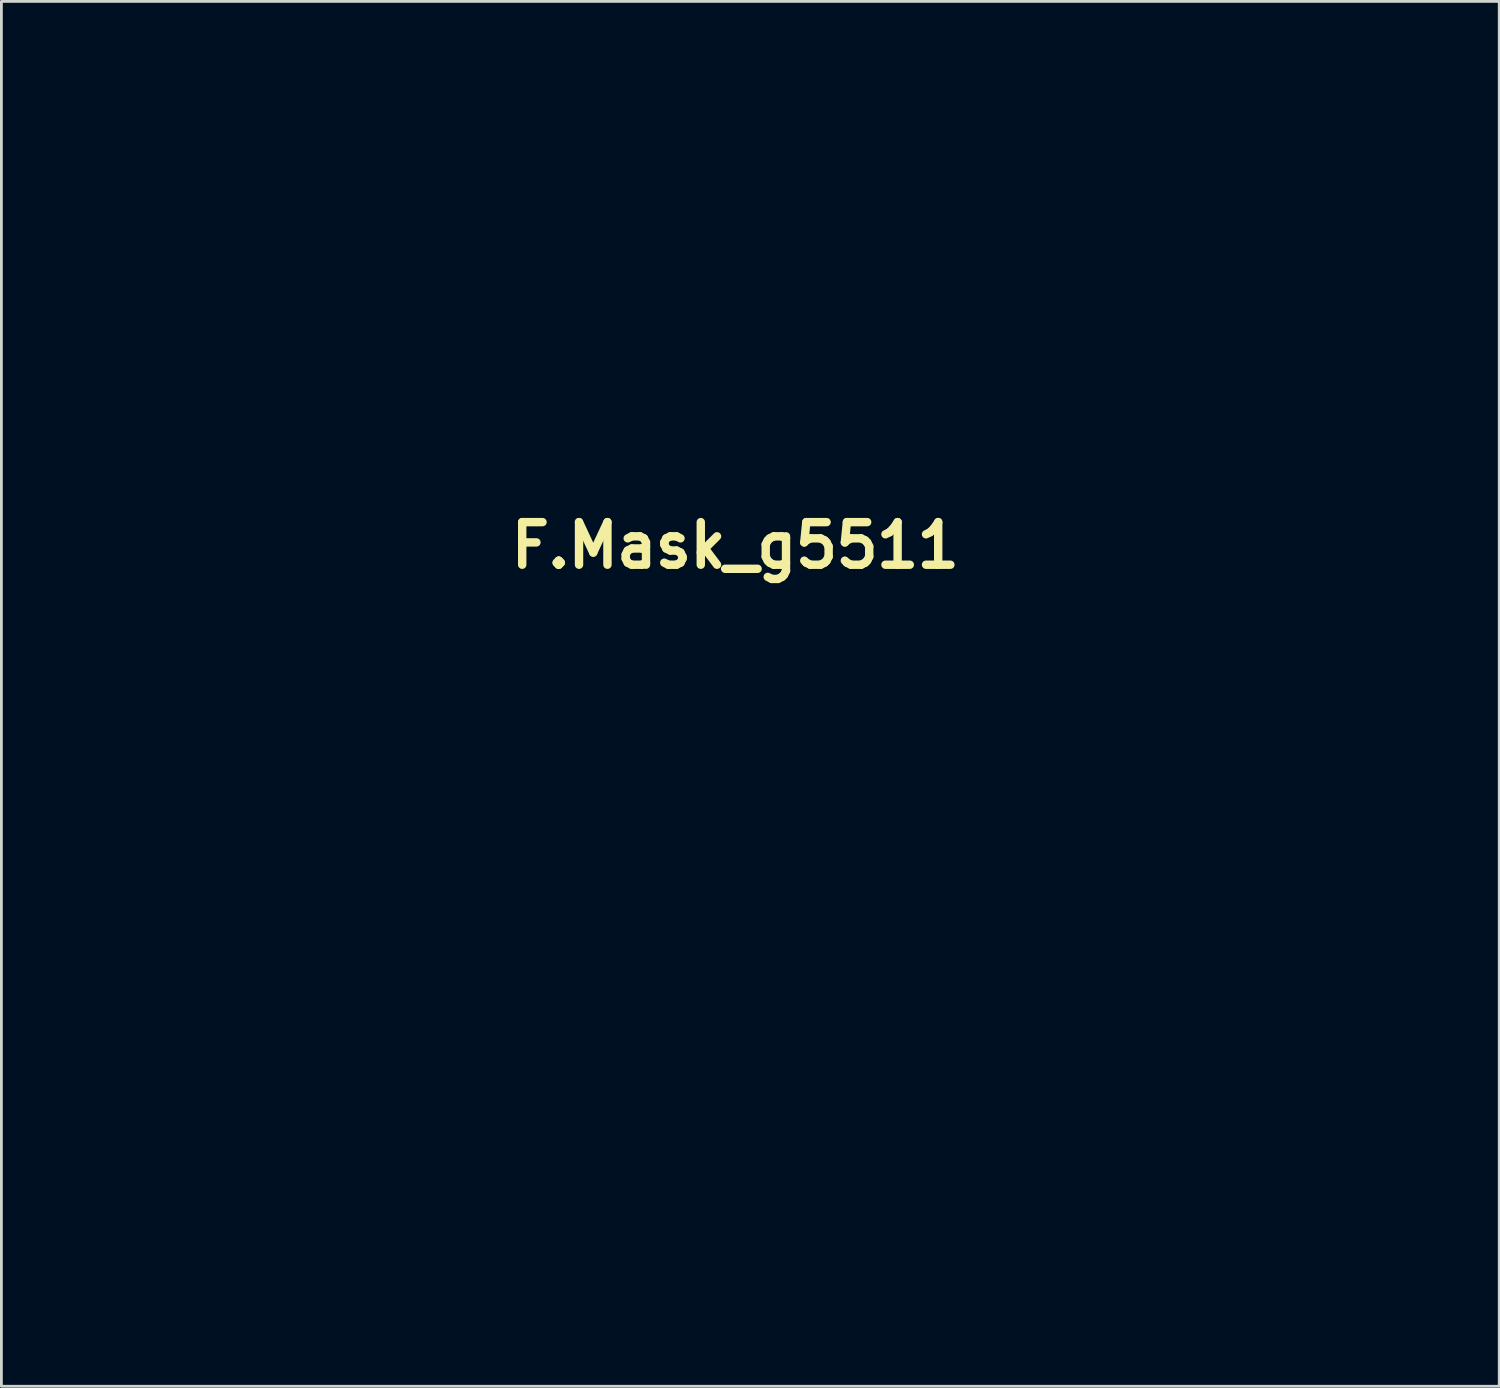
<source format=kicad_pcb>
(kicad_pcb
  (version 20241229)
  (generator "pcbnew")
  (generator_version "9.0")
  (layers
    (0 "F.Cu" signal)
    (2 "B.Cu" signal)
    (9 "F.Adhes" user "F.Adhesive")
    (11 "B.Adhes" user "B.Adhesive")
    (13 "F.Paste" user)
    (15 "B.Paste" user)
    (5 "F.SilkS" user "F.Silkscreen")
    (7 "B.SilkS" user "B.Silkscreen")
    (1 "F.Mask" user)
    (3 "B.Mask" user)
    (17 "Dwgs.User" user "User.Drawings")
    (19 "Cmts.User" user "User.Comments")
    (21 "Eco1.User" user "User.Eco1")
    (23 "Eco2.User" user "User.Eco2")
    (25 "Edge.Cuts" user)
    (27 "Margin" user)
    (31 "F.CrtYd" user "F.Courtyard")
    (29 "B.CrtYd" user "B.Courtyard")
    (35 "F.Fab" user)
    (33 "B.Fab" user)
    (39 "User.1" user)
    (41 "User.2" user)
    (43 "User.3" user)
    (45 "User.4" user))
  (footprint "F.Mask_g5511"
    (layer "F.Cu")
    (at 23.246 16.457)
    (property "Reference" "F.Mask_g5511" (at 0 0 0) (layer "F.SilkS") (effects (font (size 1.524 1.524) (thickness 0.3))))
    (attr through_hole)
    (fp_poly (pts (xy -13.992 13.558) (xy -13.987 13.618) (xy -13.98 13.71) (xy -13.972 13.83) (xy -13.963 13.973) (xy -13.953 14.135) (xy -13.942 14.31) (xy -13.931 14.493) (xy -13.92 14.681) (xy -13.909 14.867) (xy -13.899 15.047) (xy -13.89 15.217) (xy -13.881 15.372) (xy -13.874 15.506) (xy -13.869 15.615) (xy -13.866 15.695) (xy -13.865 15.732) (xy -13.868 15.79) (xy -13.875 15.826) (xy -13.88 15.831) (xy -13.901 15.821) (xy -13.956 15.793) (xy -14.041 15.748) (xy -14.153 15.69) (xy -14.287 15.618) (xy -14.441 15.537) (xy -14.61 15.446) (xy -14.791 15.349) (xy -14.831 15.328) (xy -15.015 15.229) (xy -15.187 15.137) (xy -15.344 15.052) (xy -15.482 14.977) (xy -15.598 14.914) (xy -15.689 14.864) (xy -15.75 14.831) (xy -15.778 14.814) (xy -15.779 14.813) (xy -15.765 14.799) (xy -15.72 14.763) (xy -15.646 14.706) (xy -15.547 14.633) (xy -15.426 14.544) (xy -15.286 14.442) (xy -15.131 14.33) (xy -14.963 14.209) (xy -14.899 14.163) (xy -14.727 14.041) (xy -14.565 13.926) (xy -14.417 13.822) (xy -14.286 13.731) (xy -14.176 13.654) (xy -14.089 13.595) (xy -14.028 13.555) (xy -13.998 13.537) (xy -13.995 13.536) (xy -13.992 13.558)) (stroke (width 0.01) (type solid)) (fill yes) (layer "F.Mask"))
    (fp_poly (pts (xy -17.579 -15.938) (xy -17.395 -15.065) (xy -17.211 -14.192) (xy -16.709 -13.24) (xy -16.207 -12.287) (xy -15.959 -11.546) (xy -15.889 -11.34) (xy -15.811 -11.115) (xy -15.73 -10.881) (xy -15.648 -10.649) (xy -15.57 -10.432) (xy -15.5 -10.24) (xy -15.478 -10.18) (xy -15.245 -9.554) (xy -14.889 -9.02) (xy -14.533 -8.486) (xy -14.498 -8.206) (xy -14.485 -8.103) (xy -14.475 -8.016) (xy -14.469 -7.954) (xy -14.466 -7.923) (xy -14.467 -7.922) (xy -14.488 -7.916) (xy -14.543 -7.903) (xy -14.625 -7.886) (xy -14.726 -7.865) (xy -14.776 -7.854) (xy -14.878 -7.833) (xy -15.001 -7.807) (xy -15.138 -7.776) (xy -15.281 -7.744) (xy -15.424 -7.712) (xy -15.559 -7.681) (xy -15.678 -7.653) (xy -15.774 -7.629) (xy -15.84 -7.613) (xy -15.86 -7.607) (xy -15.884 -7.586) (xy -15.925 -7.536) (xy -15.982 -7.461) (xy -16.048 -7.368) (xy -16.119 -7.264) (xy -16.339 -6.932) (xy -16.27 -6.453) (xy -16.2 -5.973) (xy -15.904 -5.521) (xy -15.807 -5.374) (xy -15.704 -5.215) (xy -15.602 -5.057) (xy -15.508 -4.908) (xy -15.427 -4.78) (xy -15.401 -4.738) (xy -15.196 -4.407) (xy -14.997 -3.788) (xy -14.799 -3.169) (xy -14.614 -2.983) (xy -14.429 -2.797) (xy -13.877 -2.572) (xy -13.733 -2.512) (xy -13.601 -2.457) (xy -13.487 -2.408) (xy -13.395 -2.368) (xy -13.332 -2.338) (xy -13.302 -2.322) (xy -13.301 -2.321) (xy -13.287 -2.295) (xy -13.262 -2.234) (xy -13.228 -2.147) (xy -13.188 -2.039) (xy -13.144 -1.917) (xy -13.137 -1.896) (xy -12.996 -1.496) (xy -13.179 -1.198) (xy -13.377 -0.884) (xy -13.589 -0.558) (xy -13.805 -0.235) (xy -14.014 0.066) (xy -14.02 0.074) (xy -14.164 0.286) (xy -14.283 0.478) (xy -14.381 0.661) (xy -14.463 0.844) (xy -14.536 1.038) (xy -14.552 1.086) (xy -14.628 1.348) (xy -14.698 1.649) (xy -14.761 1.989) (xy -14.818 2.369) (xy -14.869 2.79) (xy -14.914 3.252) (xy -14.945 3.651) (xy -14.959 4.012) (xy -14.95 4.392) (xy -14.921 4.78) (xy -14.872 5.165) (xy -14.805 5.538) (xy -14.721 5.886) (xy -14.677 6.035) (xy -14.65 6.117) (xy -14.622 6.191) (xy -14.59 6.265) (xy -14.549 6.346) (xy -14.498 6.439) (xy -14.431 6.554) (xy -14.345 6.695) (xy -14.327 6.724) (xy -14.25 6.851) (xy -14.18 6.969) (xy -14.12 7.072) (xy -14.074 7.155) (xy -14.044 7.211) (xy -14.035 7.232) (xy -14.025 7.279) (xy -14.015 7.353) (xy -14.005 7.449) (xy -13.996 7.556) (xy -13.988 7.666) (xy -13.982 7.772) (xy -13.979 7.864) (xy -13.978 7.934) (xy -13.981 7.974) (xy -13.983 7.979) (xy -14.006 7.986) (xy -14.067 8.002) (xy -14.164 8.027) (xy -14.294 8.059) (xy -14.455 8.098) (xy -14.643 8.143) (xy -14.856 8.194) (xy -15.091 8.25) (xy -15.346 8.311) (xy -15.617 8.375) (xy -15.902 8.443) (xy -16.175 8.507) (xy -18.347 9.017) (xy -19.384 9.663) (xy -20.244 10.626) (xy -21.105 11.589) (xy -21.829 11.72) (xy -22.001 11.751) (xy -22.161 11.779) (xy -22.305 11.804) (xy -22.427 11.825) (xy -22.522 11.84) (xy -22.585 11.85) (xy -22.608 11.852) (xy -22.632 11.847) (xy -22.664 11.828) (xy -22.708 11.791) (xy -22.767 11.733) (xy -22.846 11.651) (xy -22.948 11.54) (xy -22.952 11.535) (xy -23.057 11.418) (xy -23.135 11.327) (xy -23.19 11.259) (xy -23.223 11.209) (xy -23.239 11.174) (xy -23.241 11.159) (xy -23.241 11.131) (xy -23.239 11.062) (xy -23.236 10.953) (xy -23.232 10.806) (xy -23.228 10.622) (xy -23.222 10.403) (xy -23.215 10.15) (xy -23.207 9.864) (xy -23.198 9.547) (xy -23.189 9.2) (xy -23.178 8.825) (xy -23.167 8.422) (xy -23.155 7.994) (xy -23.143 7.541) (xy -23.129 7.066) (xy -23.116 6.569) (xy -23.101 6.051) (xy -23.086 5.515) (xy -23.071 4.962) (xy -23.055 4.392) (xy -23.039 3.808) (xy -23.022 3.211) (xy -23.005 2.601) (xy -22.988 1.981) (xy -22.97 1.352) (xy -22.952 0.716) (xy -22.934 0.073) (xy -22.916 -0.575) (xy -22.898 -1.227) (xy -22.879 -1.881) (xy -22.861 -2.536) (xy -22.843 -3.19) (xy -22.824 -3.842) (xy -22.806 -4.491) (xy -22.788 -5.135) (xy -22.77 -5.773) (xy -22.752 -6.404) (xy -22.735 -7.025) (xy -22.718 -7.637) (xy -22.701 -8.237) (xy -22.684 -8.823) (xy -22.668 -9.396) (xy -22.652 -9.953) (xy -22.637 -10.492) (xy -22.622 -11.013) (xy -22.608 -11.514) (xy -22.594 -11.994) (xy -22.581 -12.451) (xy -22.569 -12.884) (xy -22.558 -13.291) (xy -22.547 -13.672) (xy -22.537 -14.025) (xy -22.527 -14.348) (xy -22.519 -14.639) (xy -22.511 -14.899) (xy -22.505 -15.125) (xy -22.499 -15.315) (xy -22.495 -15.469) (xy -22.491 -15.586) (xy -22.489 -15.663) (xy -22.488 -15.699) (xy -22.488 -15.7) (xy -22.475 -15.938) (xy -17.579 -15.938)) (stroke (width 0.01) (type solid)) (fill yes) (layer "F.Mask"))
    (fp_poly (pts (xy 2.145 -16.437) (xy 2.272 -16.436) (xy 2.439 -16.434) (xy 2.643 -16.432) (xy 2.883 -16.429) (xy 3.155 -16.426) (xy 3.458 -16.423) (xy 3.789 -16.42) (xy 4.146 -16.416) (xy 4.527 -16.412) (xy 4.928 -16.408) (xy 5.348 -16.404) (xy 5.785 -16.399) (xy 6.235 -16.395) (xy 6.697 -16.39) (xy 7.168 -16.385) (xy 7.646 -16.381) (xy 8.128 -16.376) (xy 8.53 -16.372) (xy 9.017 -16.367) (xy 9.502 -16.362) (xy 9.984 -16.358) (xy 10.459 -16.353) (xy 10.926 -16.348) (xy 11.382 -16.344) (xy 11.824 -16.339) (xy 12.251 -16.335) (xy 12.659 -16.331) (xy 13.046 -16.327) (xy 13.41 -16.323) (xy 13.748 -16.32) (xy 14.057 -16.317) (xy 14.337 -16.314) (xy 14.583 -16.312) (xy 14.793 -16.309) (xy 14.966 -16.308) (xy 15.071 -16.306) (xy 16.372 -16.292) (xy 20.341 -14.556) (xy 20.731 -14.385) (xy 21.11 -14.22) (xy 21.477 -14.059) (xy 21.829 -13.905) (xy 22.166 -13.757) (xy 22.486 -13.617) (xy 22.785 -13.486) (xy 23.064 -13.364) (xy 23.319 -13.252) (xy 23.55 -13.151) (xy 23.754 -13.062) (xy 23.929 -12.985) (xy 24.074 -12.922) (xy 24.186 -12.873) (xy 24.265 -12.838) (xy 24.308 -12.819) (xy 24.315 -12.816) (xy 24.311 -12.795) (xy 24.299 -12.734) (xy 24.279 -12.634) (xy 24.251 -12.496) (xy 24.216 -12.321) (xy 24.174 -12.11) (xy 24.124 -11.864) (xy 24.068 -11.585) (xy 24.005 -11.274) (xy 23.936 -10.931) (xy 23.86 -10.559) (xy 23.779 -10.157) (xy 23.692 -9.728) (xy 23.6 -9.272) (xy 23.503 -8.791) (xy 23.4 -8.285) (xy 23.293 -7.757) (xy 23.182 -7.206) (xy 23.066 -6.635) (xy 22.946 -6.043) (xy 22.823 -5.433) (xy 22.696 -4.806) (xy 22.566 -4.163) (xy 22.432 -3.504) (xy 22.296 -2.831) (xy 22.157 -2.146) (xy 22.016 -1.449) (xy 21.872 -0.741) (xy 21.727 -0.024) (xy 21.58 0.702) (xy 21.432 1.434) (xy 21.282 2.173) (xy 21.131 2.916) (xy 20.98 3.663) (xy 20.828 4.412) (xy 20.676 5.163) (xy 20.524 5.914) (xy 20.372 6.665) (xy 20.22 7.413) (xy 20.069 8.158) (xy 19.919 8.898) (xy 19.77 9.633) (xy 19.622 10.362) (xy 19.476 11.083) (xy 19.332 11.794) (xy 19.189 12.496) (xy 19.049 13.187) (xy 18.912 13.865) (xy 18.777 14.529) (xy 18.645 15.179) (xy 18.517 15.813) (xy 18.391 16.431) (xy 18.27 17.03) (xy 18.152 17.609) (xy 18.039 18.169) (xy 17.93 18.707) (xy 17.825 19.222) (xy 17.725 19.713) (xy 17.631 20.18) (xy 17.541 20.62) (xy 17.457 21.033) (xy 17.379 21.418) (xy 17.307 21.773) (xy 17.241 22.097) (xy 17.182 22.39) (xy 17.129 22.649) (xy 17.083 22.875) (xy 17.044 23.065) (xy 17.013 23.219) (xy 16.989 23.335) (xy 16.973 23.412) (xy 16.965 23.45) (xy 16.964 23.453) (xy 16.944 23.463) (xy 16.885 23.485) (xy 16.79 23.521) (xy 16.66 23.568) (xy 16.498 23.627) (xy 16.304 23.697) (xy 16.081 23.777) (xy 15.83 23.867) (xy 15.554 23.965) (xy 15.253 24.072) (xy 14.931 24.187) (xy 14.587 24.308) (xy 14.225 24.436) (xy 13.847 24.57) (xy 13.453 24.709) (xy 13.045 24.853) (xy 12.626 25) (xy 12.197 25.151) (xy 11.76 25.305) (xy 11.317 25.461) (xy 10.869 25.618) (xy 10.418 25.776) (xy 9.966 25.934) (xy 9.516 26.092) (xy 9.067 26.248) (xy 8.623 26.403) (xy 8.185 26.556) (xy 7.755 26.706) (xy 7.335 26.852) (xy 6.974 26.977) (xy 6.72 27.065) (xy -2.005 22.396) (xy -10.73 17.727) (xy -11.376 16.863) (xy -11.434 15.919) (xy -11.452 15.632) (xy -11.467 15.384) (xy -11.479 15.171) (xy -11.49 14.99) (xy -11.498 14.836) (xy -11.504 14.707) (xy -11.508 14.598) (xy -11.51 14.507) (xy -11.511 14.429) (xy -11.51 14.362) (xy -11.508 14.301) (xy -11.504 14.243) (xy -11.499 14.184) (xy -11.495 14.139) (xy -11.452 13.802) (xy -11.391 13.499) (xy -11.311 13.222) (xy -11.213 12.975) (xy -11.161 12.874) (xy -11.091 12.755) (xy -11.007 12.626) (xy -10.915 12.494) (xy -10.82 12.365) (xy -10.727 12.248) (xy -10.642 12.148) (xy -10.568 12.072) (xy -10.525 12.037) (xy -10.441 11.995) (xy -10.357 11.98) (xy -10.284 11.994) (xy -10.25 12.018) (xy -10.226 12.03) (xy -10.164 12.056) (xy -10.068 12.095) (xy -9.939 12.146) (xy -9.78 12.209) (xy -9.592 12.282) (xy -9.378 12.365) (xy -9.141 12.457) (xy -8.883 12.556) (xy -8.606 12.663) (xy -8.312 12.775) (xy -8.003 12.893) (xy -7.683 13.015) (xy -7.461 13.099) (xy -7.134 13.223) (xy -6.818 13.343) (xy -6.515 13.459) (xy -6.227 13.568) (xy -5.957 13.671) (xy -5.707 13.767) (xy -5.479 13.854) (xy -5.275 13.932) (xy -5.098 14.001) (xy -4.95 14.058) (xy -4.833 14.103) (xy -4.75 14.136) (xy -4.703 14.155) (xy -4.692 14.16) (xy -4.698 14.182) (xy -4.723 14.235) (xy -4.764 14.317) (xy -4.819 14.421) (xy -4.887 14.544) (xy -4.963 14.681) (xy -5.006 14.756) (xy -5.337 15.335) (xy -5.313 15.758) (xy -5.289 16.182) (xy -4.841 16.633) (xy -4.371 16.751) (xy -3.9 16.869) (xy -3.318 16.795) (xy -3.127 16.77) (xy -2.915 16.741) (xy -2.696 16.711) (xy -2.484 16.68) (xy -2.293 16.651) (xy -2.214 16.639) (xy -1.693 16.556) (xy -1.59 16.665) (xy -1.535 16.725) (xy -1.462 16.805) (xy -1.379 16.895) (xy -1.3 16.983) (xy -1.111 17.192) (xy -0.948 17.629) (xy -0.785 18.066) (xy -0.784 18.711) (xy -0.784 19.357) (xy -0.675 19.865) (xy -0.644 20.007) (xy -0.615 20.135) (xy -0.588 20.245) (xy -0.566 20.329) (xy -0.55 20.381) (xy -0.543 20.397) (xy -0.521 20.409) (xy -0.464 20.44) (xy -0.374 20.488) (xy -0.254 20.551) (xy -0.106 20.629) (xy 0.068 20.72) (xy 0.266 20.823) (xy 0.484 20.937) (xy 0.721 21.06) (xy 0.975 21.191) (xy 1.242 21.33) (xy 1.521 21.474) (xy 1.661 21.546) (xy 3.84 22.672) (xy 4.181 22.626) (xy 4.522 22.58) (xy 5.124 22.267) (xy 5.726 21.954) (xy 6.148 21.402) (xy 6.571 20.849) (xy 7.572 20.849) (xy 8.128 20.525) (xy 8.684 20.2) (xy 8.784 19.916) (xy 8.886 19.639) (xy 8.981 19.4) (xy 9.072 19.196) (xy 9.16 19.025) (xy 9.248 18.883) (xy 9.338 18.767) (xy 9.43 18.674) (xy 9.528 18.6) (xy 9.584 18.567) (xy 9.721 18.506) (xy 9.866 18.461) (xy 10.001 18.438) (xy 10.048 18.436) (xy 10.087 18.431) (xy 10.159 18.415) (xy 10.261 18.39) (xy 10.386 18.358) (xy 10.529 18.32) (xy 10.686 18.278) (xy 10.85 18.233) (xy 11.018 18.187) (xy 11.182 18.14) (xy 11.339 18.095) (xy 11.483 18.053) (xy 11.608 18.015) (xy 11.709 17.983) (xy 11.782 17.959) (xy 11.821 17.943) (xy 11.825 17.941) (xy 11.838 17.916) (xy 11.866 17.857) (xy 11.905 17.769) (xy 11.954 17.655) (xy 12.011 17.52) (xy 12.074 17.37) (xy 12.126 17.244) (xy 12.195 17.077) (xy 12.254 16.932) (xy 12.304 16.804) (xy 12.349 16.685) (xy 12.39 16.569) (xy 12.431 16.449) (xy 12.472 16.319) (xy 12.517 16.171) (xy 12.567 16) (xy 12.625 15.798) (xy 12.659 15.679) (xy 12.914 14.787) (xy 13.171 14.299) (xy 13.25 14.149) (xy 13.314 14.031) (xy 13.366 13.938) (xy 13.41 13.865) (xy 13.45 13.806) (xy 13.49 13.755) (xy 13.534 13.707) (xy 13.585 13.654) (xy 13.598 13.641) (xy 13.803 13.41) (xy 13.973 13.162) (xy 14.075 12.969) (xy 14.144 12.803) (xy 14.191 12.642) (xy 14.222 12.468) (xy 14.237 12.303) (xy 14.243 12.197) (xy 14.242 12.128) (xy 14.233 12.094) (xy 14.215 12.089) (xy 14.188 12.109) (xy 14.186 12.111) (xy 14.16 12.128) (xy 14.152 12.127) (xy 14.142 12.106) (xy 14.116 12.051) (xy 14.077 11.966) (xy 14.026 11.854) (xy 13.966 11.72) (xy 13.898 11.569) (xy 13.824 11.404) (xy 13.8 11.351) (xy 13.709 11.149) (xy 13.628 10.974) (xy 13.559 10.828) (xy 13.503 10.713) (xy 13.46 10.631) (xy 13.432 10.585) (xy 13.422 10.574) (xy 13.394 10.569) (xy 13.329 10.557) (xy 13.23 10.539) (xy 13.1 10.515) (xy 12.943 10.488) (xy 12.763 10.456) (xy 12.563 10.421) (xy 12.347 10.384) (xy 12.119 10.344) (xy 11.881 10.303) (xy 11.638 10.261) (xy 11.392 10.218) (xy 11.149 10.176) (xy 10.91 10.135) (xy 10.68 10.096) (xy 10.462 10.058) (xy 10.261 10.024) (xy 10.078 9.993) (xy 9.918 9.966) (xy 9.785 9.943) (xy 9.682 9.926) (xy 9.612 9.915) (xy 9.579 9.91) (xy 9.577 9.91) (xy 9.568 9.931) (xy 9.544 9.985) (xy 9.508 10.069) (xy 9.462 10.177) (xy 9.407 10.305) (xy 9.346 10.448) (xy 9.324 10.501) (xy 9.253 10.668) (xy 9.195 10.8) (xy 9.15 10.901) (xy 9.116 10.975) (xy 9.089 11.025) (xy 9.068 11.057) (xy 9.052 11.073) (xy 9.037 11.078) (xy 9.031 11.077) (xy 9.001 11.074) (xy 8.933 11.065) (xy 8.833 11.053) (xy 8.703 11.038) (xy 8.548 11.019) (xy 8.374 10.999) (xy 8.183 10.976) (xy 7.988 10.953) (xy 6.991 10.836) (xy 6.411 10.858) (xy 6.206 10.866) (xy 6.039 10.874) (xy 5.903 10.882) (xy 5.795 10.892) (xy 5.71 10.903) (xy 5.642 10.917) (xy 5.586 10.935) (xy 5.539 10.956) (xy 5.493 10.983) (xy 5.477 10.994) (xy 5.323 11.106) (xy 5.167 11.239) (xy 5.018 11.383) (xy 4.887 11.529) (xy 4.782 11.666) (xy 4.775 11.676) (xy 4.745 11.731) (xy 4.723 11.792) (xy 4.71 11.865) (xy 4.705 11.958) (xy 4.708 12.075) (xy 4.717 12.224) (xy 4.729 12.357) (xy 4.74 12.482) (xy 4.75 12.598) (xy 4.757 12.695) (xy 4.761 12.764) (xy 4.763 12.793) (xy 4.763 12.863) (xy 3.985 12.876) (xy 3.719 12.881) (xy 3.492 12.887) (xy 3.302 12.894) (xy 3.144 12.903) (xy 3.016 12.914) (xy 2.914 12.926) (xy 2.835 12.941) (xy 2.777 12.957) (xy 2.764 12.962) (xy 2.717 12.996) (xy 2.656 13.059) (xy 2.59 13.143) (xy 2.523 13.238) (xy 2.462 13.337) (xy 2.413 13.431) (xy 2.399 13.462) (xy 2.376 13.533) (xy 2.352 13.631) (xy 2.33 13.741) (xy 2.319 13.811) (xy 2.307 13.903) (xy 2.296 14.017) (xy 2.286 14.146) (xy 2.276 14.281) (xy 2.268 14.416) (xy 2.262 14.542) (xy 2.258 14.652) (xy 2.257 14.738) (xy 2.259 14.792) (xy 2.261 14.802) (xy 2.272 14.824) (xy 2.298 14.834) (xy 2.349 14.836) (xy 2.405 14.834) (xy 2.475 14.833) (xy 2.523 14.835) (xy 2.54 14.841) (xy 2.523 14.86) (xy 2.476 14.9) (xy 2.403 14.958) (xy 2.308 15.03) (xy 2.197 15.114) (xy 2.072 15.205) (xy 1.939 15.302) (xy 1.802 15.4) (xy 1.665 15.497) (xy 1.533 15.59) (xy 1.411 15.674) (xy 1.302 15.747) (xy 1.211 15.807) (xy 1.181 15.825) (xy 0.823 16.046) (xy 0.253 16.031) (xy -0.318 16.017) (xy -0.317 15.612) (xy -0.317 15.537) (xy -0.316 15.423) (xy -0.314 15.272) (xy -0.313 15.09) (xy -0.31 14.878) (xy -0.308 14.64) (xy -0.305 14.379) (xy -0.302 14.099) (xy -0.298 13.803) (xy -0.294 13.495) (xy -0.291 13.176) (xy -0.286 12.852) (xy -0.286 12.795) (xy -0.282 12.467) (xy -0.278 12.142) (xy -0.274 11.824) (xy -0.27 11.517) (xy -0.267 11.224) (xy -0.264 10.949) (xy -0.261 10.695) (xy -0.259 10.465) (xy -0.257 10.263) (xy -0.256 10.093) (xy -0.255 9.957) (xy -0.254 9.861) (xy -0.254 9.853) (xy -0.254 9.324) (xy 0.278 8.869) (xy 0.81 8.414) (xy 0.797 8.245) (xy 0.786 8.144) (xy 0.769 8.042) (xy 0.749 7.96) (xy 0.748 7.959) (xy 0.73 7.869) (xy 0.719 7.748) (xy 0.716 7.603) (xy 0.719 7.444) (xy 0.727 7.281) (xy 0.742 7.122) (xy 0.761 6.977) (xy 0.785 6.855) (xy 0.813 6.765) (xy 0.814 6.764) (xy 0.882 6.648) (xy 0.984 6.531) (xy 1.113 6.421) (xy 1.259 6.321) (xy 1.416 6.239) (xy 1.575 6.18) (xy 1.622 6.168) (xy 1.767 6.146) (xy 1.936 6.14) (xy 2.112 6.148) (xy 2.28 6.171) (xy 2.424 6.207) (xy 2.433 6.21) (xy 2.512 6.235) (xy 2.579 6.251) (xy 2.621 6.255) (xy 2.625 6.255) (xy 2.663 6.236) (xy 2.696 6.204) (xy 2.729 6.152) (xy 2.763 6.075) (xy 2.802 5.969) (xy 2.846 5.829) (xy 2.865 5.768) (xy 2.904 5.637) (xy 2.934 5.537) (xy 2.963 5.462) (xy 2.996 5.404) (xy 3.038 5.359) (xy 3.095 5.318) (xy 3.172 5.276) (xy 3.277 5.226) (xy 3.397 5.17) (xy 3.588 5.082) (xy 3.753 5.01) (xy 3.899 4.954) (xy 4.036 4.912) (xy 4.172 4.881) (xy 4.314 4.859) (xy 4.471 4.846) (xy 4.652 4.84) (xy 4.863 4.837) (xy 4.942 4.837) (xy 5.182 4.839) (xy 5.388 4.845) (xy 5.569 4.855) (xy 5.735 4.871) (xy 5.893 4.893) (xy 6.053 4.922) (xy 6.212 4.956) (xy 6.367 4.999) (xy 6.503 5.05) (xy 6.613 5.107) (xy 6.695 5.168) (xy 6.742 5.228) (xy 6.752 5.27) (xy 6.764 5.294) (xy 6.799 5.346) (xy 6.851 5.419) (xy 6.917 5.51) (xy 6.993 5.611) (xy 6.996 5.615) (xy 7.083 5.731) (xy 7.148 5.82) (xy 7.192 5.886) (xy 7.22 5.936) (xy 7.235 5.974) (xy 7.239 6.007) (xy 7.239 6.01) (xy 7.241 6.054) (xy 7.245 6.132) (xy 7.251 6.237) (xy 7.259 6.362) (xy 7.268 6.498) (xy 7.271 6.53) (xy 7.28 6.664) (xy 7.288 6.786) (xy 7.295 6.887) (xy 7.3 6.962) (xy 7.302 7.003) (xy 7.302 7.008) (xy 7.322 7.029) (xy 7.377 7.056) (xy 7.46 7.088) (xy 7.566 7.123) (xy 7.687 7.158) (xy 7.817 7.192) (xy 7.951 7.222) (xy 8.039 7.24) (xy 8.279 7.283) (xy 8.424 7.135) (xy 8.622 6.958) (xy 8.833 6.819) (xy 9.064 6.715) (xy 9.288 6.65) (xy 9.442 6.615) (xy 9.473 6.509) (xy 9.483 6.476) (xy 9.503 6.404) (xy 9.534 6.297) (xy 9.574 6.157) (xy 9.623 5.986) (xy 9.68 5.787) (xy 9.744 5.562) (xy 9.815 5.314) (xy 9.891 5.045) (xy 9.973 4.758) (xy 10.059 4.456) (xy 10.149 4.14) (xy 10.242 3.813) (xy 10.268 3.723) (xy 11.032 1.043) (xy 11.384 0.8) (xy 11.493 0.726) (xy 11.59 0.659) (xy 11.671 0.604) (xy 11.729 0.565) (xy 11.759 0.545) (xy 11.761 0.544) (xy 11.786 0.543) (xy 11.849 0.549) (xy 11.944 0.559) (xy 12.066 0.573) (xy 12.211 0.592) (xy 12.372 0.613) (xy 12.533 0.635) (xy 12.706 0.66) (xy 12.866 0.682) (xy 13.008 0.702) (xy 13.127 0.718) (xy 13.218 0.731) (xy 13.277 0.738) (xy 13.298 0.741) (xy 13.309 0.722) (xy 13.314 0.679) (xy 13.317 0.655) (xy 13.328 0.591) (xy 13.345 0.489) (xy 13.369 0.353) (xy 13.398 0.184) (xy 13.433 -0.015) (xy 13.473 -0.243) (xy 13.517 -0.497) (xy 13.566 -0.774) (xy 13.618 -1.073) (xy 13.674 -1.392) (xy 13.733 -1.727) (xy 13.795 -2.077) (xy 13.859 -2.44) (xy 13.925 -2.813) (xy 13.992 -3.194) (xy 14.06 -3.581) (xy 14.129 -3.971) (xy 14.199 -4.363) (xy 14.268 -4.754) (xy 14.336 -5.142) (xy 14.404 -5.524) (xy 14.471 -5.899) (xy 14.535 -6.264) (xy 14.598 -6.617) (xy 14.658 -6.956) (xy 14.716 -7.278) (xy 14.77 -7.582) (xy 14.82 -7.864) (xy 14.866 -8.123) (xy 14.908 -8.356) (xy 14.945 -8.562) (xy 14.976 -8.738) (xy 15.002 -8.881) (xy 15.022 -8.99) (xy 15.036 -9.063) (xy 15.042 -9.096) (xy 15.043 -9.096) (xy 15.046 -9.124) (xy 15.033 -9.138) (xy 14.995 -9.143) (xy 14.941 -9.144) (xy 14.897 -9.142) (xy 14.817 -9.138) (xy 14.707 -9.131) (xy 14.57 -9.122) (xy 14.412 -9.111) (xy 14.235 -9.098) (xy 14.045 -9.084) (xy 13.846 -9.07) (xy 13.643 -9.055) (xy 13.439 -9.04) (xy 13.24 -9.024) (xy 13.049 -9.01) (xy 12.872 -8.996) (xy 12.712 -8.983) (xy 12.574 -8.972) (xy 12.463 -8.962) (xy 12.382 -8.955) (xy 12.336 -8.95) (xy 12.328 -8.948) (xy 12.324 -8.926) (xy 12.316 -8.865) (xy 12.305 -8.767) (xy 12.289 -8.635) (xy 12.271 -8.471) (xy 12.249 -8.279) (xy 12.224 -8.062) (xy 12.197 -7.82) (xy 12.168 -7.558) (xy 12.137 -7.279) (xy 12.105 -6.984) (xy 12.071 -6.676) (xy 12.063 -6.602) (xy 12.029 -6.291) (xy 11.996 -5.992) (xy 11.965 -5.707) (xy 11.935 -5.438) (xy 11.907 -5.19) (xy 11.881 -4.964) (xy 11.859 -4.762) (xy 11.839 -4.589) (xy 11.822 -4.446) (xy 11.808 -4.337) (xy 11.799 -4.263) (xy 11.794 -4.229) (xy 11.793 -4.226) (xy 11.785 -4.222) (xy 11.766 -4.23) (xy 11.734 -4.254) (xy 11.688 -4.296) (xy 11.624 -4.357) (xy 11.54 -4.441) (xy 11.435 -4.55) (xy 11.304 -4.686) (xy 11.178 -4.819) (xy 11.029 -4.975) (xy 10.905 -5.104) (xy 10.8 -5.213) (xy 10.709 -5.304) (xy 10.628 -5.382) (xy 10.551 -5.452) (xy 10.475 -5.519) (xy 10.393 -5.586) (xy 10.301 -5.659) (xy 10.193 -5.742) (xy 10.066 -5.839) (xy 10.06 -5.844) (xy 9.543 -6.238) (xy 8.894 -6.461) (xy 8.712 -6.524) (xy 8.562 -6.574) (xy 8.437 -6.615) (xy 8.328 -6.648) (xy 8.227 -6.675) (xy 8.128 -6.7) (xy 8.022 -6.722) (xy 7.9 -6.746) (xy 7.756 -6.773) (xy 7.694 -6.784) (xy 7.144 -6.883) (xy 6.837 -7.049) (xy 6.712 -7.113) (xy 6.561 -7.186) (xy 6.399 -7.261) (xy 6.24 -7.331) (xy 6.138 -7.374) (xy 6.003 -7.429) (xy 5.897 -7.471) (xy 5.811 -7.501) (xy 5.736 -7.524) (xy 5.661 -7.541) (xy 5.576 -7.555) (xy 5.473 -7.569) (xy 5.408 -7.577) (xy 5.227 -7.602) (xy 5.035 -7.63) (xy 4.84 -7.66) (xy 4.651 -7.691) (xy 4.474 -7.722) (xy 4.319 -7.752) (xy 4.193 -7.778) (xy 4.139 -7.79) (xy 3.889 -7.873) (xy 3.656 -7.993) (xy 3.436 -8.152) (xy 3.303 -8.274) (xy 3.219 -8.36) (xy 3.146 -8.442) (xy 3.081 -8.527) (xy 3.019 -8.622) (xy 2.955 -8.733) (xy 2.885 -8.868) (xy 2.805 -9.032) (xy 2.772 -9.101) (xy 2.56 -9.55) (xy 2.509 -10.04) (xy 2.493 -10.203) (xy 2.477 -10.394) (xy 2.462 -10.603) (xy 2.448 -10.821) (xy 2.436 -11.039) (xy 2.426 -11.248) (xy 2.418 -11.439) (xy 2.414 -11.602) (xy 2.413 -11.678) (xy 2.412 -11.779) (xy 2.185 -11.902) (xy 1.958 -12.025) (xy 1.608 -12.001) (xy 1.444 -11.988) (xy 1.307 -11.973) (xy 1.177 -11.951) (xy 1.039 -11.922) (xy 0.932 -11.896) (xy 0.607 -11.814) (xy 0.367 -11.952) (xy 0.278 -12.005) (xy 0.203 -12.054) (xy 0.151 -12.092) (xy 0.128 -12.116) (xy 0.127 -12.118) (xy 0.13 -12.153) (xy 0.139 -12.226) (xy 0.154 -12.331) (xy 0.173 -12.465) (xy 0.196 -12.622) (xy 0.222 -12.799) (xy 0.251 -12.991) (xy 0.281 -13.194) (xy 0.313 -13.403) (xy 0.346 -13.613) (xy 0.378 -13.821) (xy 0.41 -14.021) (xy 0.44 -14.209) (xy 0.454 -14.294) (xy 0.485 -14.486) (xy 0.512 -14.649) (xy 0.536 -14.789) (xy 0.558 -14.912) (xy 0.581 -15.024) (xy 0.604 -15.13) (xy 0.63 -15.237) (xy 0.661 -15.35) (xy 0.696 -15.475) (xy 0.739 -15.618) (xy 0.79 -15.785) (xy 0.852 -15.981) (xy 0.913 -16.179) (xy 0.998 -16.452) (xy 2.145 -16.437)) (stroke (width 0.01) (type solid)) (fill yes) (layer "F.Mask")))
  (gr_rect
    (start -3 -3)
    (end 50.567 46.527)
    (stroke (width 0.1) (type default))
    (fill no)
    (layer "Edge.Cuts")))
</source>
